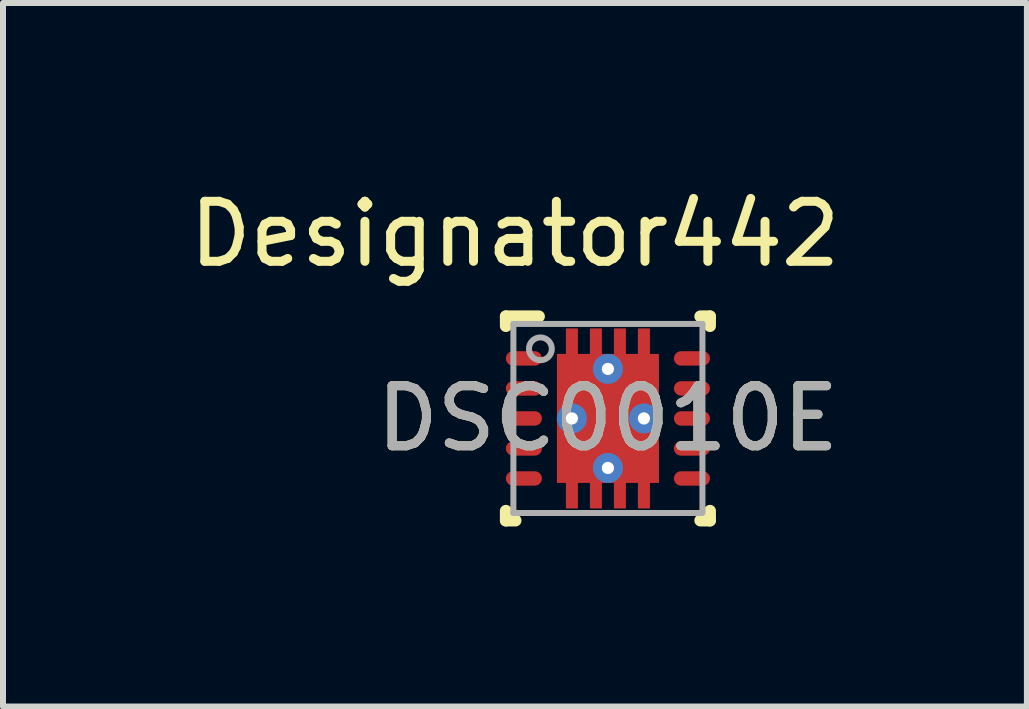
<source format=kicad_pcb>
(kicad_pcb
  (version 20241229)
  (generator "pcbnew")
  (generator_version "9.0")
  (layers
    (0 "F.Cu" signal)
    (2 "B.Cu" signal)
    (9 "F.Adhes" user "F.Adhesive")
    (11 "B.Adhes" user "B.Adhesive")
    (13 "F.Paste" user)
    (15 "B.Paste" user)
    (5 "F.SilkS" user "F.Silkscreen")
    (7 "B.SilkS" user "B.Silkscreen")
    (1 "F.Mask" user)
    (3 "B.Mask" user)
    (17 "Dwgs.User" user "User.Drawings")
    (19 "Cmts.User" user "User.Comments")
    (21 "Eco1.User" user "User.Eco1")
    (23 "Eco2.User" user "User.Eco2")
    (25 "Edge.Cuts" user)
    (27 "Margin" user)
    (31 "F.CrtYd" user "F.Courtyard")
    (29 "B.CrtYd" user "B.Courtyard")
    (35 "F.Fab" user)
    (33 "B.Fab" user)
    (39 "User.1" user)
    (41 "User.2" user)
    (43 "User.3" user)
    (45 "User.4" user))
  (footprint "DSC0010E"
    (layer "F.Cu")
    (at 7.079 3.922)
    (property "Reference" "DSC0010E" (at 0 0 0) (unlocked yes) (layer "F.SilkS") (effects (font (size 1 1) (thickness 0.15))))
    (attr smd)
    (fp_poly (pts (xy -0.7 -1.06) (xy -0.5 -1.06) (xy -0.5 -1.5) (xy -0.7 -1.5)) (stroke (width 0) (type solid)) (fill yes) (layer "F.Cu"))
    (fp_poly (pts (xy -0.7 1.5) (xy -0.5 1.5) (xy -0.5 1.06) (xy -0.7 1.06)) (stroke (width 0) (type solid)) (fill yes) (layer "F.Cu"))
    (fp_poly (pts (xy -0.3 -1.06) (xy -0.1 -1.06) (xy -0.1 -1.5) (xy -0.3 -1.5)) (stroke (width 0) (type solid)) (fill yes) (layer "F.Cu"))
    (fp_poly (pts (xy -0.3 1.5) (xy -0.1 1.5) (xy -0.1 1.06) (xy -0.3 1.06)) (stroke (width 0) (type solid)) (fill yes) (layer "F.Cu"))
    (fp_poly (pts (xy 0.3 -1.5) (xy 0.1 -1.5) (xy 0.1 -1.06) (xy 0.3 -1.06)) (stroke (width 0) (type solid)) (fill yes) (layer "F.Cu"))
    (fp_poly (pts (xy 0.3 1.06) (xy 0.1 1.06) (xy 0.1 1.5) (xy 0.3 1.5)) (stroke (width 0) (type solid)) (fill yes) (layer "F.Cu"))
    (fp_poly (pts (xy 0.7 -1.5) (xy 0.5 -1.5) (xy 0.5 -1.06) (xy 0.7 -1.06)) (stroke (width 0) (type solid)) (fill yes) (layer "F.Cu"))
    (fp_poly (pts (xy 0.7 1.06) (xy 0.5 1.06) (xy 0.5 1.5) (xy 0.7 1.5)) (stroke (width 0) (type solid)) (fill yes) (layer "F.Cu"))
    (fp_poly (pts (xy -0.751 -1.009) (xy -0.449 -1.009) (xy -0.449 -1.551) (xy -0.751 -1.551)) (stroke (width 0) (type solid)) (fill yes) (layer "F.Mask"))
    (fp_poly (pts (xy -0.751 1.551) (xy -0.449 1.551) (xy -0.449 1.009) (xy -0.751 1.009)) (stroke (width 0) (type solid)) (fill yes) (layer "F.Mask"))
    (fp_poly (pts (xy -0.351 -1.009) (xy -0.049 -1.009) (xy -0.049 -1.551) (xy -0.351 -1.551)) (stroke (width 0) (type solid)) (fill yes) (layer "F.Mask"))
    (fp_poly (pts (xy -0.351 1.551) (xy -0.049 1.551) (xy -0.049 1.009) (xy -0.351 1.009)) (stroke (width 0) (type solid)) (fill yes) (layer "F.Mask"))
    (fp_poly (pts (xy 0.351 -1.551) (xy 0.049 -1.551) (xy 0.049 -1.009) (xy 0.351 -1.009)) (stroke (width 0) (type solid)) (fill yes) (layer "F.Mask"))
    (fp_poly (pts (xy 0.351 1.009) (xy 0.049 1.009) (xy 0.049 1.551) (xy 0.351 1.551)) (stroke (width 0) (type solid)) (fill yes) (layer "F.Mask"))
    (fp_poly (pts (xy 0.751 -1.551) (xy 0.449 -1.551) (xy 0.449 -1.009) (xy 0.751 -1.009)) (stroke (width 0) (type solid)) (fill yes) (layer "F.Mask"))
    (fp_poly (pts (xy 0.751 1.009) (xy 0.449 1.009) (xy 0.449 1.551) (xy 0.751 1.551)) (stroke (width 0) (type solid)) (fill yes) (layer "F.Mask"))
    (fp_line (start -1.7 1.7) (end -1.7 1.54) (stroke (width 0.2) (type solid)) (layer "F.SilkS"))
    (fp_line (start -1.7 1.7) (end -1.54 1.7) (stroke (width 0.2) (type solid)) (layer "F.SilkS"))
    (fp_line (start -1.7 -1.7) (end -1.15 -1.7) (stroke (width 0.2) (type solid)) (layer "F.SilkS"))
    (fp_line (start -1.7 -1.54) (end -1.7 -1.7) (stroke (width 0.2) (type solid)) (layer "F.SilkS"))
    (fp_line (start 1.54 -1.7) (end 1.7 -1.7) (stroke (width 0.2) (type solid)) (layer "F.SilkS"))
    (fp_line (start 1.54 1.7) (end 1.7 1.7) (stroke (width 0.2) (type solid)) (layer "F.SilkS"))
    (fp_line (start 1.7 -1.54) (end 1.7 -1.7) (stroke (width 0.2) (type solid)) (layer "F.SilkS"))
    (fp_line (start 1.7 1.7) (end 1.7 1.54) (stroke (width 0.2) (type solid)) (layer "F.SilkS"))
    (fp_poly (pts (xy -0.775 0.1) (xy -0.775 1.075) (xy 0.775 1.075) (xy 0.775 0.1)) (stroke (width 0) (type solid)) (fill yes) (layer "F.Paste"))
    (fp_poly (pts (xy 0.775 -0.1) (xy 0.775 -1.075) (xy -0.775 -1.075) (xy -0.775 -0.1)) (stroke (width 0) (type solid)) (fill yes) (layer "F.Paste"))
    (fp_line (start -1.575 -1.575) (end 1.575 -1.575) (stroke (width 0.1) (type solid)) (layer "F.Fab"))
    (fp_line (start -1.575 1.575) (end -1.575 -1.575) (stroke (width 0.1) (type solid)) (layer "F.Fab"))
    (fp_line (start -1.575 1.575) (end 1.55 1.575) (stroke (width 0.1) (type solid)) (layer "F.Fab"))
    (fp_line (start 1.55 1.575) (end 1.575 1.55) (stroke (width 0.1) (type solid)) (layer "F.Fab"))
    (fp_line (start 1.575 1.575) (end 1.575 -1.575) (stroke (width 0.1) (type solid)) (layer "F.Fab"))
    (fp_circle (center -1.125 -1.16) (end -0.935 -1.16) (stroke (width 0.1) (type solid)) (fill no) (layer "F.Fab"))
    (fp_text user "Designator442" (at -1.549 -3.073 0) (unlocked yes) (layer "F.SilkS") (effects (font (size 1 1) (thickness 0.15))))
    (fp_text user "${REFERENCE}" (at 0 0 0) (unlocked yes) (layer "F.Fab") (effects (font (size 1 1) (thickness 0.15))))
    (pad "1" smd oval (at -1.4 -1 90) (size 0.24 0.6) (layers "F.Cu" "F.Mask" "F.Paste"))
    (pad "2" smd oval (at -1.4 -0.5 90) (size 0.24 0.6) (layers "F.Cu" "F.Mask" "F.Paste"))
    (pad "3" smd oval (at -1.4 0 90) (size 0.24 0.6) (layers "F.Cu" "F.Mask" "F.Paste"))
    (pad "4" smd oval (at -1.4 0.5 90) (size 0.24 0.6) (layers "F.Cu" "F.Mask" "F.Paste"))
    (pad "5" smd oval (at -1.4 1 90) (size 0.24 0.6) (layers "F.Cu" "F.Mask" "F.Paste"))
    (pad "6" smd oval (at 1.4 1 90) (size 0.24 0.6) (layers "F.Cu" "F.Mask" "F.Paste"))
    (pad "7" smd oval (at 1.4 0.5 90) (size 0.24 0.6) (layers "F.Cu" "F.Mask" "F.Paste"))
    (pad "8" smd oval (at 1.4 0 90) (size 0.24 0.6) (layers "F.Cu" "F.Mask" "F.Paste"))
    (pad "9" smd oval (at 1.4 -0.5 90) (size 0.24 0.6) (layers "F.Cu" "F.Mask" "F.Paste"))
    (pad "10" smd oval (at 1.4 -1 90) (size 0.24 0.6) (layers "F.Cu" "F.Mask" "F.Paste"))
    (pad "11" smd rect (at 0 0 90) (size 2.15 1.7) (layers "F.Cu" "F.Mask"))
    (pad "V" thru_hole circle (at -0.6 0) (size 0.5 0.5) (drill 0.203) (layers "*.Cu" "*.Mask"))
    (pad "V" thru_hole circle (at 0 -0.825) (size 0.5 0.5) (drill 0.203) (layers "*.Cu" "*.Mask"))
    (pad "V" thru_hole circle (at 0 0.825) (size 0.5 0.5) (drill 0.203) (layers "*.Cu" "*.Mask"))
    (pad "V" thru_hole circle (at 0.6 0) (size 0.5 0.5) (drill 0.203) (layers "*.Cu" "*.Mask")))
  (gr_rect
    (start -3 -3)
    (end 14.06 8.722)
    (stroke (width 0.1) (type default))
    (fill no)
    (layer "Edge.Cuts")))
</source>
